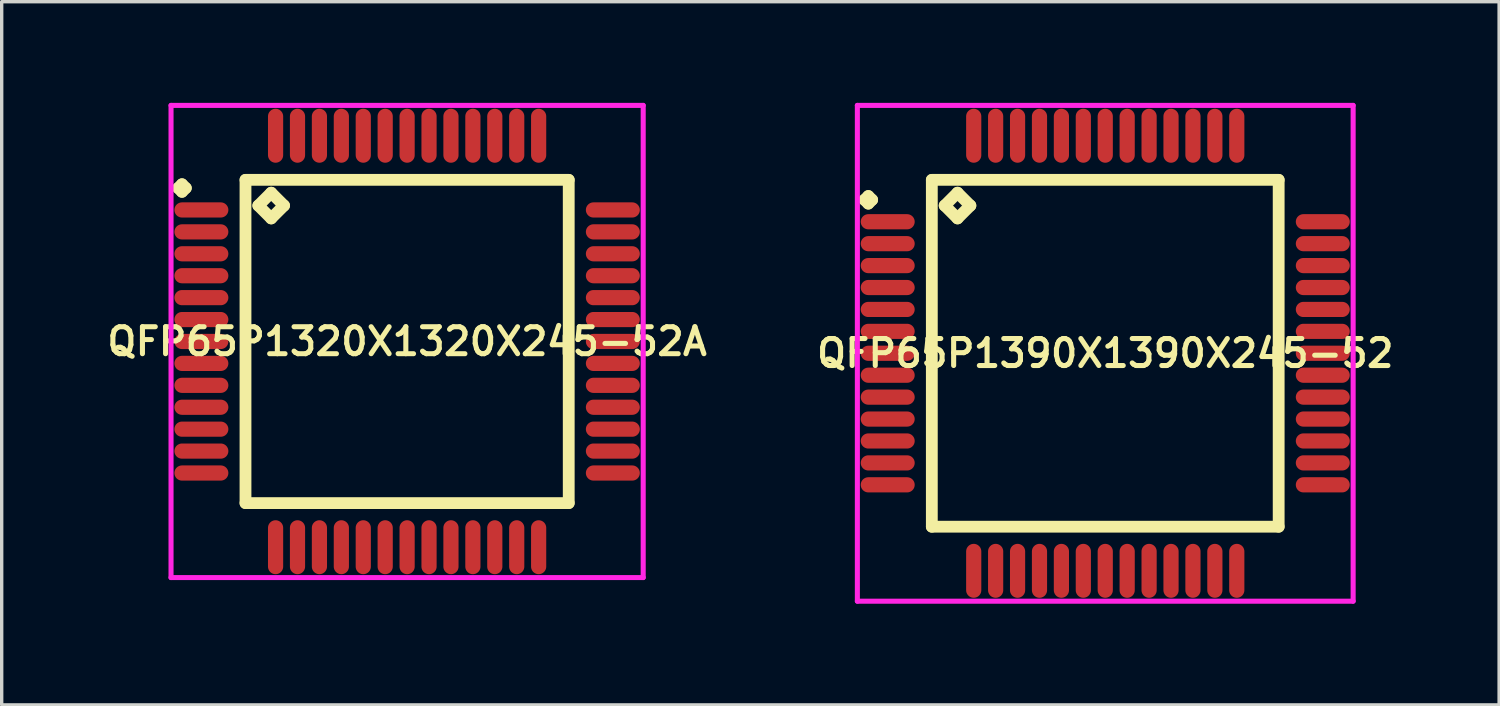
<source format=kicad_pcb>
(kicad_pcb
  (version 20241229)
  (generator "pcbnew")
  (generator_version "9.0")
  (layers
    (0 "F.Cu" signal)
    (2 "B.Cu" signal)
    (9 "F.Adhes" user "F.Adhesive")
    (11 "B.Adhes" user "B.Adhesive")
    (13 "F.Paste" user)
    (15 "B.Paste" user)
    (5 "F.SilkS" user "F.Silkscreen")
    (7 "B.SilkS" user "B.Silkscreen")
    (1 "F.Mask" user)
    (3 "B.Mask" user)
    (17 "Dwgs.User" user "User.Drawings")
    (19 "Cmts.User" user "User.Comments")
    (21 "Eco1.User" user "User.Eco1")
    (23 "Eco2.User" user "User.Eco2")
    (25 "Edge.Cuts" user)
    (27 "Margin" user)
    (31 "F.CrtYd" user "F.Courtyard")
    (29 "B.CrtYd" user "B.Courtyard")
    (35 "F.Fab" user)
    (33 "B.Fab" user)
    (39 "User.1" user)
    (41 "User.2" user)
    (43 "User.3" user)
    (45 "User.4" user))
  (footprint "QFP65P1390X1390X245-52"
    (layer "F.Cu")
    (at 29.721 7.425)
    (property "Reference" "QFP65P1390X1390X245-52" (at 0 0 0) (layer "F.SilkS") (effects (font (size 0.8 0.8) (thickness 0.15))))
    (attr through_hole)
    (fp_line (start -7.138 -4.55) (end -7.025 -4.662) (stroke (width 0.35) (type solid)) (layer "F.SilkS"))
    (fp_line (start -7.025 -4.662) (end -6.912 -4.55) (stroke (width 0.35) (type solid)) (layer "F.SilkS"))
    (fp_line (start -7.025 -4.438) (end -7.138 -4.55) (stroke (width 0.35) (type solid)) (layer "F.SilkS"))
    (fp_line (start -6.912 -4.55) (end -7.025 -4.438) (stroke (width 0.35) (type solid)) (layer "F.SilkS"))
    (fp_line (start -5.142 -5.142) (end -5.142 5.142) (stroke (width 0.35) (type solid)) (layer "F.SilkS"))
    (fp_line (start -5.142 5.142) (end 5.142 5.142) (stroke (width 0.35) (type solid)) (layer "F.SilkS"))
    (fp_line (start -4.761 -4.38) (end -4.38 -4.761) (stroke (width 0.35) (type solid)) (layer "F.SilkS"))
    (fp_line (start -4.38 -4.761) (end -3.999 -4.38) (stroke (width 0.35) (type solid)) (layer "F.SilkS"))
    (fp_line (start -4.38 -3.999) (end -4.761 -4.38) (stroke (width 0.35) (type solid)) (layer "F.SilkS"))
    (fp_line (start -3.999 -4.38) (end -4.38 -3.999) (stroke (width 0.35) (type solid)) (layer "F.SilkS"))
    (fp_line (start 5.142 -5.142) (end -5.142 -5.142) (stroke (width 0.35) (type solid)) (layer "F.SilkS"))
    (fp_line (start 5.142 5.142) (end 5.142 -5.142) (stroke (width 0.35) (type solid)) (layer "F.SilkS"))
    (fp_line (start -7.35 -7.35) (end 7.35 -7.35) (stroke (width 0.15) (type solid)) (layer "F.CrtYd"))
    (fp_line (start -7.35 7.35) (end -7.35 -7.35) (stroke (width 0.15) (type solid)) (layer "F.CrtYd"))
    (fp_line (start 7.35 -7.35) (end 7.35 7.35) (stroke (width 0.15) (type solid)) (layer "F.CrtYd"))
    (fp_line (start 7.35 7.35) (end -7.35 7.35) (stroke (width 0.15) (type solid)) (layer "F.CrtYd"))
    (pad "1" smd oval (at -6.45 -3.9) (size 1.6 0.45) (layers "F.Cu" "F.Mask" "F.Paste"))
    (pad "2" smd oval (at -6.45 -3.25) (size 1.6 0.45) (layers "F.Cu" "F.Mask" "F.Paste"))
    (pad "3" smd oval (at -6.45 -2.6) (size 1.6 0.45) (layers "F.Cu" "F.Mask" "F.Paste"))
    (pad "4" smd oval (at -6.45 -1.95) (size 1.6 0.45) (layers "F.Cu" "F.Mask" "F.Paste"))
    (pad "5" smd oval (at -6.45 -1.3) (size 1.6 0.45) (layers "F.Cu" "F.Mask" "F.Paste"))
    (pad "6" smd oval (at -6.45 -0.65) (size 1.6 0.45) (layers "F.Cu" "F.Mask" "F.Paste"))
    (pad "7" smd oval (at -6.45 0) (size 1.6 0.45) (layers "F.Cu" "F.Mask" "F.Paste"))
    (pad "8" smd oval (at -6.45 0.65) (size 1.6 0.45) (layers "F.Cu" "F.Mask" "F.Paste"))
    (pad "9" smd oval (at -6.45 1.3) (size 1.6 0.45) (layers "F.Cu" "F.Mask" "F.Paste"))
    (pad "10" smd oval (at -6.45 1.95) (size 1.6 0.45) (layers "F.Cu" "F.Mask" "F.Paste"))
    (pad "11" smd oval (at -6.45 2.6) (size 1.6 0.45) (layers "F.Cu" "F.Mask" "F.Paste"))
    (pad "12" smd oval (at -6.45 3.25) (size 1.6 0.45) (layers "F.Cu" "F.Mask" "F.Paste"))
    (pad "13" smd oval (at -6.45 3.9) (size 1.6 0.45) (layers "F.Cu" "F.Mask" "F.Paste"))
    (pad "14" smd oval (at -3.9 6.45) (size 0.45 1.6) (layers "F.Cu" "F.Mask" "F.Paste"))
    (pad "15" smd oval (at -3.25 6.45) (size 0.45 1.6) (layers "F.Cu" "F.Mask" "F.Paste"))
    (pad "16" smd oval (at -2.6 6.45) (size 0.45 1.6) (layers "F.Cu" "F.Mask" "F.Paste"))
    (pad "17" smd oval (at -1.95 6.45) (size 0.45 1.6) (layers "F.Cu" "F.Mask" "F.Paste"))
    (pad "18" smd oval (at -1.3 6.45) (size 0.45 1.6) (layers "F.Cu" "F.Mask" "F.Paste"))
    (pad "19" smd oval (at -0.65 6.45) (size 0.45 1.6) (layers "F.Cu" "F.Mask" "F.Paste"))
    (pad "20" smd oval (at 0 6.45) (size 0.45 1.6) (layers "F.Cu" "F.Mask" "F.Paste"))
    (pad "21" smd oval (at 0.65 6.45) (size 0.45 1.6) (layers "F.Cu" "F.Mask" "F.Paste"))
    (pad "22" smd oval (at 1.3 6.45) (size 0.45 1.6) (layers "F.Cu" "F.Mask" "F.Paste"))
    (pad "23" smd oval (at 1.95 6.45) (size 0.45 1.6) (layers "F.Cu" "F.Mask" "F.Paste"))
    (pad "24" smd oval (at 2.6 6.45) (size 0.45 1.6) (layers "F.Cu" "F.Mask" "F.Paste"))
    (pad "25" smd oval (at 3.25 6.45) (size 0.45 1.6) (layers "F.Cu" "F.Mask" "F.Paste"))
    (pad "26" smd oval (at 3.9 6.45) (size 0.45 1.6) (layers "F.Cu" "F.Mask" "F.Paste"))
    (pad "27" smd oval (at 6.45 3.9) (size 1.6 0.45) (layers "F.Cu" "F.Mask" "F.Paste"))
    (pad "28" smd oval (at 6.45 3.25) (size 1.6 0.45) (layers "F.Cu" "F.Mask" "F.Paste"))
    (pad "29" smd oval (at 6.45 2.6) (size 1.6 0.45) (layers "F.Cu" "F.Mask" "F.Paste"))
    (pad "30" smd oval (at 6.45 1.95) (size 1.6 0.45) (layers "F.Cu" "F.Mask" "F.Paste"))
    (pad "31" smd oval (at 6.45 1.3) (size 1.6 0.45) (layers "F.Cu" "F.Mask" "F.Paste"))
    (pad "32" smd oval (at 6.45 0.65) (size 1.6 0.45) (layers "F.Cu" "F.Mask" "F.Paste"))
    (pad "33" smd oval (at 6.45 0) (size 1.6 0.45) (layers "F.Cu" "F.Mask" "F.Paste"))
    (pad "34" smd oval (at 6.45 -0.65) (size 1.6 0.45) (layers "F.Cu" "F.Mask" "F.Paste"))
    (pad "35" smd oval (at 6.45 -1.3) (size 1.6 0.45) (layers "F.Cu" "F.Mask" "F.Paste"))
    (pad "36" smd oval (at 6.45 -1.95) (size 1.6 0.45) (layers "F.Cu" "F.Mask" "F.Paste"))
    (pad "37" smd oval (at 6.45 -2.6) (size 1.6 0.45) (layers "F.Cu" "F.Mask" "F.Paste"))
    (pad "38" smd oval (at 6.45 -3.25) (size 1.6 0.45) (layers "F.Cu" "F.Mask" "F.Paste"))
    (pad "39" smd oval (at 6.45 -3.9) (size 1.6 0.45) (layers "F.Cu" "F.Mask" "F.Paste"))
    (pad "40" smd oval (at 3.9 -6.45) (size 0.45 1.6) (layers "F.Cu" "F.Mask" "F.Paste"))
    (pad "41" smd oval (at 3.25 -6.45) (size 0.45 1.6) (layers "F.Cu" "F.Mask" "F.Paste"))
    (pad "42" smd oval (at 2.6 -6.45) (size 0.45 1.6) (layers "F.Cu" "F.Mask" "F.Paste"))
    (pad "43" smd oval (at 1.95 -6.45) (size 0.45 1.6) (layers "F.Cu" "F.Mask" "F.Paste"))
    (pad "44" smd oval (at 1.3 -6.45) (size 0.45 1.6) (layers "F.Cu" "F.Mask" "F.Paste"))
    (pad "45" smd oval (at 0.65 -6.45) (size 0.45 1.6) (layers "F.Cu" "F.Mask" "F.Paste"))
    (pad "46" smd oval (at 0 -6.45) (size 0.45 1.6) (layers "F.Cu" "F.Mask" "F.Paste"))
    (pad "47" smd oval (at -0.65 -6.45) (size 0.45 1.6) (layers "F.Cu" "F.Mask" "F.Paste"))
    (pad "48" smd oval (at -1.3 -6.45) (size 0.45 1.6) (layers "F.Cu" "F.Mask" "F.Paste"))
    (pad "49" smd oval (at -1.95 -6.45) (size 0.45 1.6) (layers "F.Cu" "F.Mask" "F.Paste"))
    (pad "50" smd oval (at -2.6 -6.45) (size 0.45 1.6) (layers "F.Cu" "F.Mask" "F.Paste"))
    (pad "51" smd oval (at -3.25 -6.45) (size 0.45 1.6) (layers "F.Cu" "F.Mask" "F.Paste"))
    (pad "52" smd oval (at -3.9 -6.45) (size 0.45 1.6) (layers "F.Cu" "F.Mask" "F.Paste")))
  (footprint "QFP65P1320X1320X245-52A"
    (layer "F.Cu")
    (at 9.021 7.075)
    (property "Reference" "QFP65P1320X1320X245-52A" (at 0 0 0) (layer "F.SilkS") (effects (font (size 0.8 0.8) (thickness 0.15))))
    (attr smd)
    (fp_line (start -6.787 -4.55) (end -6.675 -4.662) (stroke (width 0.35) (type solid)) (layer "F.SilkS"))
    (fp_line (start -6.675 -4.662) (end -6.562 -4.55) (stroke (width 0.35) (type solid)) (layer "F.SilkS"))
    (fp_line (start -6.675 -4.438) (end -6.787 -4.55) (stroke (width 0.35) (type solid)) (layer "F.SilkS"))
    (fp_line (start -6.562 -4.55) (end -6.675 -4.438) (stroke (width 0.35) (type solid)) (layer "F.SilkS"))
    (fp_line (start -4.792 -4.792) (end -4.792 4.792) (stroke (width 0.35) (type solid)) (layer "F.SilkS"))
    (fp_line (start -4.792 4.792) (end 4.792 4.792) (stroke (width 0.35) (type solid)) (layer "F.SilkS"))
    (fp_line (start -4.411 -4.03) (end -4.03 -4.411) (stroke (width 0.35) (type solid)) (layer "F.SilkS"))
    (fp_line (start -4.03 -4.411) (end -3.649 -4.03) (stroke (width 0.35) (type solid)) (layer "F.SilkS"))
    (fp_line (start -4.03 -3.649) (end -4.411 -4.03) (stroke (width 0.35) (type solid)) (layer "F.SilkS"))
    (fp_line (start -3.649 -4.03) (end -4.03 -3.649) (stroke (width 0.35) (type solid)) (layer "F.SilkS"))
    (fp_line (start 4.792 -4.792) (end -4.792 -4.792) (stroke (width 0.35) (type solid)) (layer "F.SilkS"))
    (fp_line (start 4.792 4.792) (end 4.792 -4.792) (stroke (width 0.35) (type solid)) (layer "F.SilkS"))
    (fp_line (start -7 -7) (end 7 -7) (stroke (width 0.15) (type solid)) (layer "F.CrtYd"))
    (fp_line (start -7 7) (end -7 -7) (stroke (width 0.15) (type solid)) (layer "F.CrtYd"))
    (fp_line (start 7 -7) (end 7 7) (stroke (width 0.15) (type solid)) (layer "F.CrtYd"))
    (fp_line (start 7 7) (end -7 7) (stroke (width 0.15) (type solid)) (layer "F.CrtYd"))
    (pad "1" smd oval (at -6.1 -3.9) (size 1.6 0.45) (layers "F.Cu" "F.Mask" "F.Paste"))
    (pad "2" smd oval (at -6.1 -3.25) (size 1.6 0.45) (layers "F.Cu" "F.Mask" "F.Paste"))
    (pad "3" smd oval (at -6.1 -2.6) (size 1.6 0.45) (layers "F.Cu" "F.Mask" "F.Paste"))
    (pad "4" smd oval (at -6.1 -1.95) (size 1.6 0.45) (layers "F.Cu" "F.Mask" "F.Paste"))
    (pad "5" smd oval (at -6.1 -1.3) (size 1.6 0.45) (layers "F.Cu" "F.Mask" "F.Paste"))
    (pad "6" smd oval (at -6.1 -0.65) (size 1.6 0.45) (layers "F.Cu" "F.Mask" "F.Paste"))
    (pad "7" smd oval (at -6.1 0) (size 1.6 0.45) (layers "F.Cu" "F.Mask" "F.Paste"))
    (pad "8" smd oval (at -6.1 0.65) (size 1.6 0.45) (layers "F.Cu" "F.Mask" "F.Paste"))
    (pad "9" smd oval (at -6.1 1.3) (size 1.6 0.45) (layers "F.Cu" "F.Mask" "F.Paste"))
    (pad "10" smd oval (at -6.1 1.95) (size 1.6 0.45) (layers "F.Cu" "F.Mask" "F.Paste"))
    (pad "11" smd oval (at -6.1 2.6) (size 1.6 0.45) (layers "F.Cu" "F.Mask" "F.Paste"))
    (pad "12" smd oval (at -6.1 3.25) (size 1.6 0.45) (layers "F.Cu" "F.Mask" "F.Paste"))
    (pad "13" smd oval (at -6.1 3.9) (size 1.6 0.45) (layers "F.Cu" "F.Mask" "F.Paste"))
    (pad "14" smd oval (at -3.9 6.1) (size 0.45 1.6) (layers "F.Cu" "F.Mask" "F.Paste"))
    (pad "15" smd oval (at -3.25 6.1) (size 0.45 1.6) (layers "F.Cu" "F.Mask" "F.Paste"))
    (pad "16" smd oval (at -2.6 6.1) (size 0.45 1.6) (layers "F.Cu" "F.Mask" "F.Paste"))
    (pad "17" smd oval (at -1.95 6.1) (size 0.45 1.6) (layers "F.Cu" "F.Mask" "F.Paste"))
    (pad "18" smd oval (at -1.3 6.1) (size 0.45 1.6) (layers "F.Cu" "F.Mask" "F.Paste"))
    (pad "19" smd oval (at -0.65 6.1) (size 0.45 1.6) (layers "F.Cu" "F.Mask" "F.Paste"))
    (pad "20" smd oval (at 0 6.1) (size 0.45 1.6) (layers "F.Cu" "F.Mask" "F.Paste"))
    (pad "21" smd oval (at 0.65 6.1) (size 0.45 1.6) (layers "F.Cu" "F.Mask" "F.Paste"))
    (pad "22" smd oval (at 1.3 6.1) (size 0.45 1.6) (layers "F.Cu" "F.Mask" "F.Paste"))
    (pad "23" smd oval (at 1.95 6.1) (size 0.45 1.6) (layers "F.Cu" "F.Mask" "F.Paste"))
    (pad "24" smd oval (at 2.6 6.1) (size 0.45 1.6) (layers "F.Cu" "F.Mask" "F.Paste"))
    (pad "25" smd oval (at 3.25 6.1) (size 0.45 1.6) (layers "F.Cu" "F.Mask" "F.Paste"))
    (pad "26" smd oval (at 3.9 6.1) (size 0.45 1.6) (layers "F.Cu" "F.Mask" "F.Paste"))
    (pad "27" smd oval (at 6.1 3.9) (size 1.6 0.45) (layers "F.Cu" "F.Mask" "F.Paste"))
    (pad "28" smd oval (at 6.1 3.25) (size 1.6 0.45) (layers "F.Cu" "F.Mask" "F.Paste"))
    (pad "29" smd oval (at 6.1 2.6) (size 1.6 0.45) (layers "F.Cu" "F.Mask" "F.Paste"))
    (pad "30" smd oval (at 6.1 1.95) (size 1.6 0.45) (layers "F.Cu" "F.Mask" "F.Paste"))
    (pad "31" smd oval (at 6.1 1.3) (size 1.6 0.45) (layers "F.Cu" "F.Mask" "F.Paste"))
    (pad "32" smd oval (at 6.1 0.65) (size 1.6 0.45) (layers "F.Cu" "F.Mask" "F.Paste"))
    (pad "33" smd oval (at 6.1 0) (size 1.6 0.45) (layers "F.Cu" "F.Mask" "F.Paste"))
    (pad "34" smd oval (at 6.1 -0.65) (size 1.6 0.45) (layers "F.Cu" "F.Mask" "F.Paste"))
    (pad "35" smd oval (at 6.1 -1.3) (size 1.6 0.45) (layers "F.Cu" "F.Mask" "F.Paste"))
    (pad "36" smd oval (at 6.1 -1.95) (size 1.6 0.45) (layers "F.Cu" "F.Mask" "F.Paste"))
    (pad "37" smd oval (at 6.1 -2.6) (size 1.6 0.45) (layers "F.Cu" "F.Mask" "F.Paste"))
    (pad "38" smd oval (at 6.1 -3.25) (size 1.6 0.45) (layers "F.Cu" "F.Mask" "F.Paste"))
    (pad "39" smd oval (at 6.1 -3.9) (size 1.6 0.45) (layers "F.Cu" "F.Mask" "F.Paste"))
    (pad "40" smd oval (at 3.9 -6.1) (size 0.45 1.6) (layers "F.Cu" "F.Mask" "F.Paste"))
    (pad "41" smd oval (at 3.25 -6.1) (size 0.45 1.6) (layers "F.Cu" "F.Mask" "F.Paste"))
    (pad "42" smd oval (at 2.6 -6.1) (size 0.45 1.6) (layers "F.Cu" "F.Mask" "F.Paste"))
    (pad "43" smd oval (at 1.95 -6.1) (size 0.45 1.6) (layers "F.Cu" "F.Mask" "F.Paste"))
    (pad "44" smd oval (at 1.3 -6.1) (size 0.45 1.6) (layers "F.Cu" "F.Mask" "F.Paste"))
    (pad "45" smd oval (at 0.65 -6.1) (size 0.45 1.6) (layers "F.Cu" "F.Mask" "F.Paste"))
    (pad "46" smd oval (at 0 -6.1) (size 0.45 1.6) (layers "F.Cu" "F.Mask" "F.Paste"))
    (pad "47" smd oval (at -0.65 -6.1) (size 0.45 1.6) (layers "F.Cu" "F.Mask" "F.Paste"))
    (pad "48" smd oval (at -1.3 -6.1) (size 0.45 1.6) (layers "F.Cu" "F.Mask" "F.Paste"))
    (pad "49" smd oval (at -1.95 -6.1) (size 0.45 1.6) (layers "F.Cu" "F.Mask" "F.Paste"))
    (pad "50" smd oval (at -2.6 -6.1) (size 0.45 1.6) (layers "F.Cu" "F.Mask" "F.Paste"))
    (pad "51" smd oval (at -3.25 -6.1) (size 0.45 1.6) (layers "F.Cu" "F.Mask" "F.Paste"))
    (pad "52" smd oval (at -3.9 -6.1) (size 0.45 1.6) (layers "F.Cu" "F.Mask" "F.Paste")))
  (gr_rect
    (start -3 -3)
    (end 41.399 17.85)
    (stroke (width 0.1) (type default))
    (fill no)
    (layer "Edge.Cuts")))
</source>
